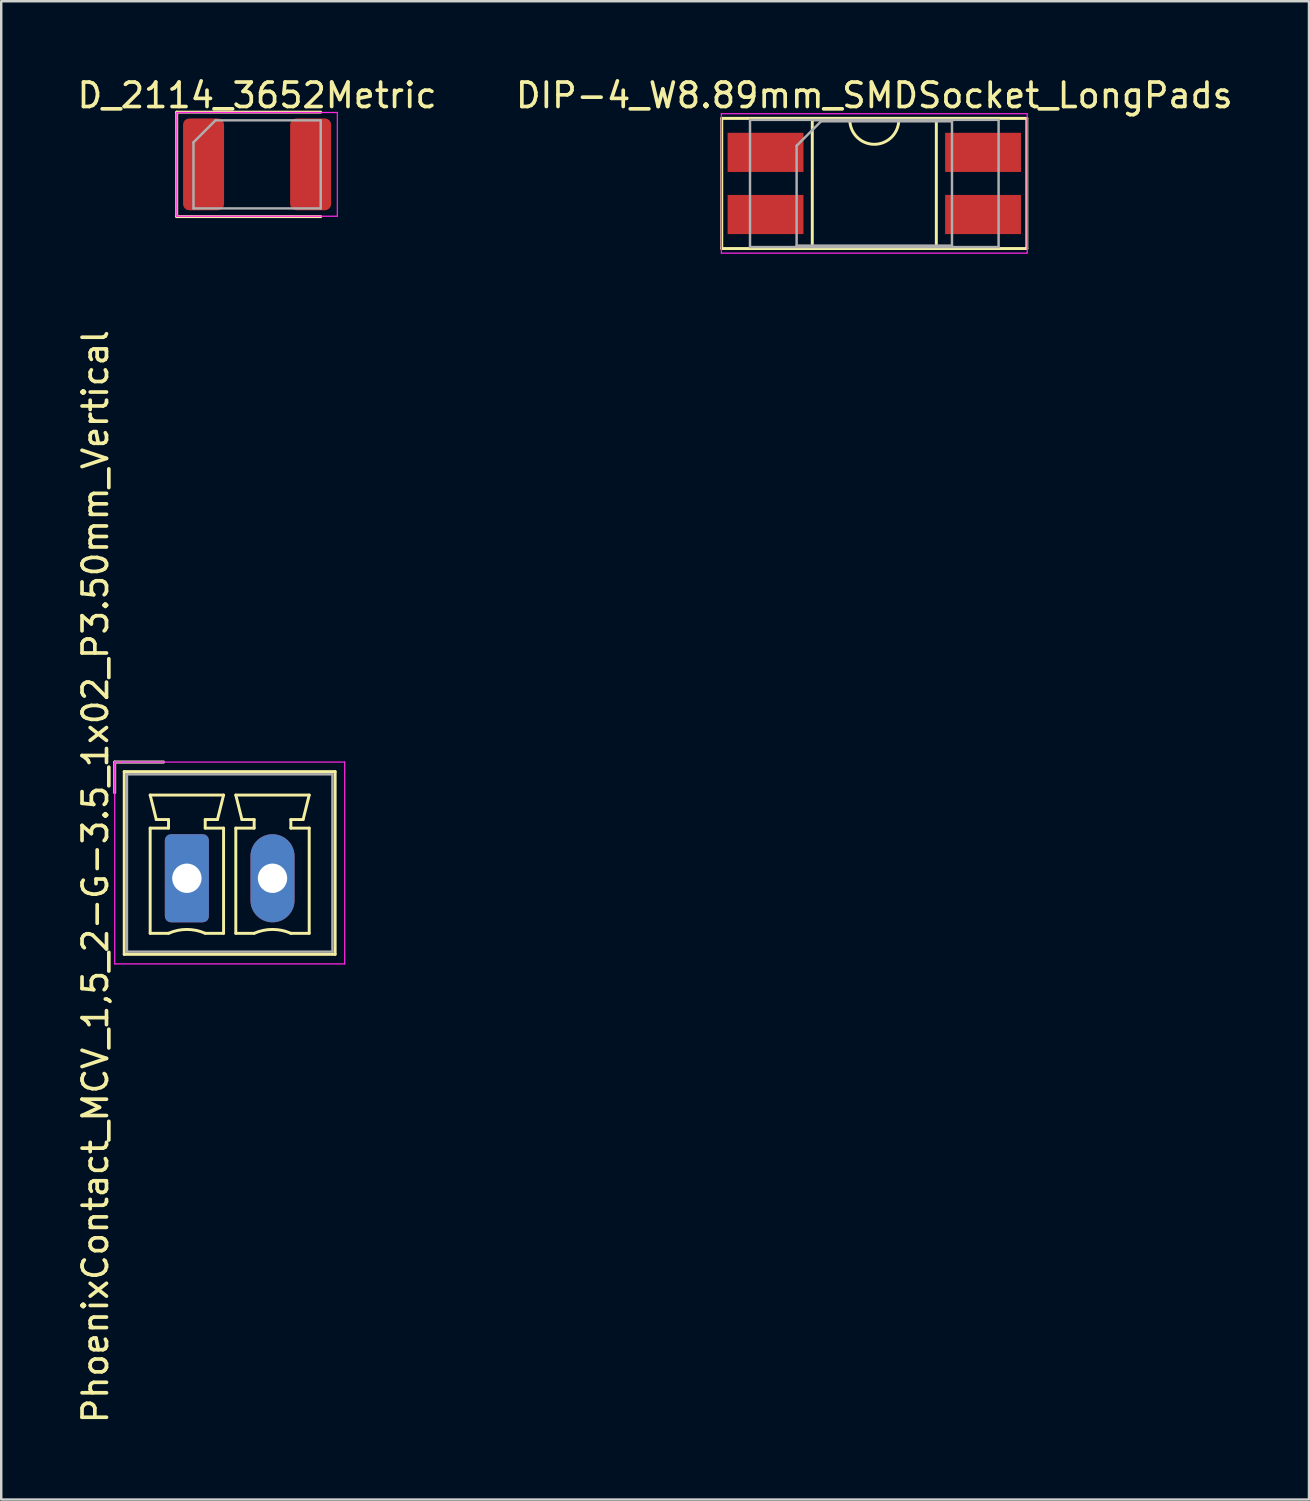
<source format=kicad_pcb>
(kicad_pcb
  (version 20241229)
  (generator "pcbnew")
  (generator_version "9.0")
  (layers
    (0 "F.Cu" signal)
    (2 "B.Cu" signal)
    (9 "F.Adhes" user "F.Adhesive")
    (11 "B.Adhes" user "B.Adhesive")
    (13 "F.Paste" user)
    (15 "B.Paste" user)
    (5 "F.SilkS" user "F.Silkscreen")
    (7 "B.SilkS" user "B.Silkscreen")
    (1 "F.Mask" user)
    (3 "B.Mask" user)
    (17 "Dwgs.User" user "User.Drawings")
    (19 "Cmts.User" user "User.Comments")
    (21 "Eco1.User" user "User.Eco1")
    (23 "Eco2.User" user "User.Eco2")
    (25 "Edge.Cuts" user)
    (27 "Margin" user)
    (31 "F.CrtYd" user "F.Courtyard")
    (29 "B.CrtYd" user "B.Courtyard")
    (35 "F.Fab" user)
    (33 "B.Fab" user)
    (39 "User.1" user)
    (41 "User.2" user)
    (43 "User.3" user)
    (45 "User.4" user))
  (footprint "D_2114_3652Metric"
    (layer "F.Cu")
    (at 7.458 3.668)
    (property "Reference" "D_2114_3652Metric" (at 0 -2.82 180) (layer "F.SilkS") (effects (font (size 1 1) (thickness 0.15))))
    (attr smd)
    (fp_line (start -3.285 -2.135) (end -3.285 2.135) (stroke (width 0.12) (type solid)) (layer "F.SilkS"))
    (fp_line (start -3.285 2.135) (end 2.6 2.135) (stroke (width 0.12) (type solid)) (layer "F.SilkS"))
    (fp_line (start 2.6 -2.135) (end -3.285 -2.135) (stroke (width 0.12) (type solid)) (layer "F.SilkS"))
    (fp_line (start -3.28 -2.12) (end 3.28 -2.12) (stroke (width 0.05) (type solid)) (layer "F.CrtYd"))
    (fp_line (start -3.28 2.12) (end -3.28 -2.12) (stroke (width 0.05) (type solid)) (layer "F.CrtYd"))
    (fp_line (start 3.28 -2.12) (end 3.28 2.12) (stroke (width 0.05) (type solid)) (layer "F.CrtYd"))
    (fp_line (start 3.28 2.12) (end -3.28 2.12) (stroke (width 0.05) (type solid)) (layer "F.CrtYd"))
    (fp_line (start -2.6 -0.9) (end -2.6 1.8) (stroke (width 0.1) (type solid)) (layer "F.Fab"))
    (fp_line (start -2.6 1.8) (end 2.6 1.8) (stroke (width 0.1) (type solid)) (layer "F.Fab"))
    (fp_line (start -1.7 -1.8) (end -2.6 -0.9) (stroke (width 0.1) (type solid)) (layer "F.Fab"))
    (fp_line (start 2.6 -1.8) (end -1.7 -1.8) (stroke (width 0.1) (type solid)) (layer "F.Fab"))
    (fp_line (start 2.6 1.8) (end 2.6 -1.8) (stroke (width 0.1) (type solid)) (layer "F.Fab"))
    (pad "1" smd roundrect (at -2.188 0) (size 1.675 3.75) (layers "F.Cu" "F.Mask" "F.Paste") (roundrect_rratio 0.149))
    (pad "2" smd roundrect (at 2.188 0) (size 1.675 3.75) (layers "F.Cu" "F.Mask" "F.Paste") (roundrect_rratio 0.149)))
  (footprint "PhoenixContact_MCV_1,5_2-G-3.5_1x02_P3.50mm_Vertical"
    (layer "F.Cu")
    (at 4.588 32.847)
    (property "Reference" "PhoenixContact_MCV_1,5_2-G-3.5_1x02_P3.50mm_Vertical" (at -3.74 -0.065 90) (layer "F.SilkS") (effects (font (size 1 1) (thickness 0.15))))
    (attr through_hole)
    (fp_line (start -2.95 -4.75) (end -0.95 -4.75) (stroke (width 0.12) (type solid)) (layer "F.SilkS"))
    (fp_line (start -2.95 -3.5) (end -2.95 -4.75) (stroke (width 0.12) (type solid)) (layer "F.SilkS"))
    (fp_line (start -2.56 -4.36) (end -2.56 3.11) (stroke (width 0.12) (type solid)) (layer "F.SilkS"))
    (fp_line (start -2.56 3.11) (end 6.06 3.11) (stroke (width 0.12) (type solid)) (layer "F.SilkS"))
    (fp_line (start -1.5 -3.4) (end 1.5 -3.4) (stroke (width 0.12) (type solid)) (layer "F.SilkS"))
    (fp_line (start -1.5 -2.05) (end -0.75 -2.05) (stroke (width 0.12) (type solid)) (layer "F.SilkS"))
    (fp_line (start -1.5 2.25) (end -1.5 -2.05) (stroke (width 0.12) (type solid)) (layer "F.SilkS"))
    (fp_line (start -1.25 -2.4) (end -1.5 -3.4) (stroke (width 0.12) (type solid)) (layer "F.SilkS"))
    (fp_line (start -0.75 -2.4) (end -1.25 -2.4) (stroke (width 0.12) (type solid)) (layer "F.SilkS"))
    (fp_line (start -0.75 -2.05) (end -0.75 -2.4) (stroke (width 0.12) (type solid)) (layer "F.SilkS"))
    (fp_line (start -0.75 2.25) (end -1.5 2.25) (stroke (width 0.12) (type solid)) (layer "F.SilkS"))
    (fp_line (start 0.75 -2.4) (end 0.75 -2.05) (stroke (width 0.12) (type solid)) (layer "F.SilkS"))
    (fp_line (start 0.75 -2.05) (end 1.5 -2.05) (stroke (width 0.12) (type solid)) (layer "F.SilkS"))
    (fp_line (start 1.25 -2.4) (end 0.75 -2.4) (stroke (width 0.12) (type solid)) (layer "F.SilkS"))
    (fp_line (start 1.5 -3.4) (end 1.25 -2.4) (stroke (width 0.12) (type solid)) (layer "F.SilkS"))
    (fp_line (start 1.5 -2.05) (end 1.5 2.25) (stroke (width 0.12) (type solid)) (layer "F.SilkS"))
    (fp_line (start 1.5 2.25) (end 0.75 2.25) (stroke (width 0.12) (type solid)) (layer "F.SilkS"))
    (fp_line (start 2 -3.4) (end 5 -3.4) (stroke (width 0.12) (type solid)) (layer "F.SilkS"))
    (fp_line (start 2 -2.05) (end 2.75 -2.05) (stroke (width 0.12) (type solid)) (layer "F.SilkS"))
    (fp_line (start 2 2.25) (end 2 -2.05) (stroke (width 0.12) (type solid)) (layer "F.SilkS"))
    (fp_line (start 2.25 -2.4) (end 2 -3.4) (stroke (width 0.12) (type solid)) (layer "F.SilkS"))
    (fp_line (start 2.75 -2.4) (end 2.25 -2.4) (stroke (width 0.12) (type solid)) (layer "F.SilkS"))
    (fp_line (start 2.75 -2.05) (end 2.75 -2.4) (stroke (width 0.12) (type solid)) (layer "F.SilkS"))
    (fp_line (start 2.75 2.25) (end 2 2.25) (stroke (width 0.12) (type solid)) (layer "F.SilkS"))
    (fp_line (start 4.25 -2.4) (end 4.25 -2.05) (stroke (width 0.12) (type solid)) (layer "F.SilkS"))
    (fp_line (start 4.25 -2.05) (end 5 -2.05) (stroke (width 0.12) (type solid)) (layer "F.SilkS"))
    (fp_line (start 4.75 -2.4) (end 4.25 -2.4) (stroke (width 0.12) (type solid)) (layer "F.SilkS"))
    (fp_line (start 5 -3.4) (end 4.75 -2.4) (stroke (width 0.12) (type solid)) (layer "F.SilkS"))
    (fp_line (start 5 -2.05) (end 5 2.25) (stroke (width 0.12) (type solid)) (layer "F.SilkS"))
    (fp_line (start 5 2.25) (end 4.25 2.25) (stroke (width 0.12) (type solid)) (layer "F.SilkS"))
    (fp_line (start 6.06 -4.36) (end -2.56 -4.36) (stroke (width 0.12) (type solid)) (layer "F.SilkS"))
    (fp_line (start 6.06 3.11) (end 6.06 -4.36) (stroke (width 0.12) (type solid)) (layer "F.SilkS"))
    (fp_arc (start -0.75 2.25) (mid -0.000193 2.09191) (end 0.749647 2.249844) (stroke (width 0.12) (type solid)) (layer "F.SilkS"))
    (fp_arc (start 2.75 2.25) (mid 3.499807 2.09191) (end 4.249647 2.249844) (stroke (width 0.12) (type solid)) (layer "F.SilkS"))
    (fp_line (start -2.95 -4.75) (end -2.95 3.5) (stroke (width 0.05) (type solid)) (layer "F.CrtYd"))
    (fp_line (start -2.95 3.5) (end 6.45 3.5) (stroke (width 0.05) (type solid)) (layer "F.CrtYd"))
    (fp_line (start 6.45 -4.75) (end -2.95 -4.75) (stroke (width 0.05) (type solid)) (layer "F.CrtYd"))
    (fp_line (start 6.45 3.5) (end 6.45 -4.75) (stroke (width 0.05) (type solid)) (layer "F.CrtYd"))
    (fp_line (start -2.95 -4.75) (end -0.95 -4.75) (stroke (width 0.1) (type solid)) (layer "F.Fab"))
    (fp_line (start -2.95 -3.5) (end -2.95 -4.75) (stroke (width 0.1) (type solid)) (layer "F.Fab"))
    (fp_line (start -2.45 -4.25) (end -2.45 3) (stroke (width 0.1) (type solid)) (layer "F.Fab"))
    (fp_line (start -2.45 3) (end 5.95 3) (stroke (width 0.1) (type solid)) (layer "F.Fab"))
    (fp_line (start 5.95 -4.25) (end -2.45 -4.25) (stroke (width 0.1) (type solid)) (layer "F.Fab"))
    (fp_line (start 5.95 3) (end 5.95 -4.25) (stroke (width 0.1) (type solid)) (layer "F.Fab"))
    (pad "1" thru_hole roundrect (at 0 0) (size 1.8 3.6) (drill 1.2) (layers "*.Cu" "*.Mask") (roundrect_rratio 0.139))
    (pad "2" thru_hole oval (at 3.5 0) (size 1.8 3.6) (drill 1.2) (layers "*.Cu" "*.Mask")))
  (footprint "DIP-4_W8.89mm_SMDSocket_LongPads"
    (layer "F.Cu")
    (at 32.685 4.448)
    (property "Reference" "DIP-4_W8.89mm_SMDSocket_LongPads" (at 0 -3.6 0) (layer "F.SilkS") (effects (font (size 1 1) (thickness 0.15))))
    (attr smd)
    (fp_line (start -6.235 -2.66) (end -6.235 2.66) (stroke (width 0.12) (type solid)) (layer "F.SilkS"))
    (fp_line (start -6.235 2.66) (end 6.235 2.66) (stroke (width 0.12) (type solid)) (layer "F.SilkS"))
    (fp_line (start -2.535 -2.6) (end -2.535 2.6) (stroke (width 0.12) (type solid)) (layer "F.SilkS"))
    (fp_line (start -2.535 2.6) (end 2.535 2.6) (stroke (width 0.12) (type solid)) (layer "F.SilkS"))
    (fp_line (start -1 -2.6) (end -2.535 -2.6) (stroke (width 0.12) (type solid)) (layer "F.SilkS"))
    (fp_line (start 2.535 -2.6) (end 1 -2.6) (stroke (width 0.12) (type solid)) (layer "F.SilkS"))
    (fp_line (start 2.535 2.6) (end 2.535 -2.6) (stroke (width 0.12) (type solid)) (layer "F.SilkS"))
    (fp_line (start 6.235 -2.66) (end -6.235 -2.66) (stroke (width 0.12) (type solid)) (layer "F.SilkS"))
    (fp_line (start 6.235 2.66) (end 6.235 -2.66) (stroke (width 0.12) (type solid)) (layer "F.SilkS"))
    (fp_arc (start 1 -2.6) (mid 0 -1.6) (end -1 -2.6) (stroke (width 0.12) (type solid)) (layer "F.SilkS"))
    (fp_line (start -6.25 -2.85) (end -6.25 2.85) (stroke (width 0.05) (type solid)) (layer "F.CrtYd"))
    (fp_line (start -6.25 2.85) (end 6.25 2.85) (stroke (width 0.05) (type solid)) (layer "F.CrtYd"))
    (fp_line (start 6.25 -2.85) (end -6.25 -2.85) (stroke (width 0.05) (type solid)) (layer "F.CrtYd"))
    (fp_line (start 6.25 2.85) (end 6.25 -2.85) (stroke (width 0.05) (type solid)) (layer "F.CrtYd"))
    (fp_line (start -5.08 -2.6) (end -5.08 2.6) (stroke (width 0.1) (type solid)) (layer "F.Fab"))
    (fp_line (start -5.08 2.6) (end 5.08 2.6) (stroke (width 0.1) (type solid)) (layer "F.Fab"))
    (fp_line (start -3.175 -1.54) (end -2.175 -2.54) (stroke (width 0.1) (type solid)) (layer "F.Fab"))
    (fp_line (start -3.175 2.54) (end -3.175 -1.54) (stroke (width 0.1) (type solid)) (layer "F.Fab"))
    (fp_line (start -2.175 -2.54) (end 3.175 -2.54) (stroke (width 0.1) (type solid)) (layer "F.Fab"))
    (fp_line (start 3.175 -2.54) (end 3.175 2.54) (stroke (width 0.1) (type solid)) (layer "F.Fab"))
    (fp_line (start 3.175 2.54) (end -3.175 2.54) (stroke (width 0.1) (type solid)) (layer "F.Fab"))
    (fp_line (start 5.08 -2.6) (end -5.08 -2.6) (stroke (width 0.1) (type solid)) (layer "F.Fab"))
    (fp_line (start 5.08 2.6) (end 5.08 -2.6) (stroke (width 0.1) (type solid)) (layer "F.Fab"))
    (pad "1" smd rect (at -4.445 -1.27) (size 3.1 1.6) (layers "F.Cu" "F.Mask" "F.Paste"))
    (pad "2" smd rect (at -4.445 1.27) (size 3.1 1.6) (layers "F.Cu" "F.Mask" "F.Paste"))
    (pad "3" smd rect (at 4.445 1.27) (size 3.1 1.6) (layers "F.Cu" "F.Mask" "F.Paste"))
    (pad "4" smd rect (at 4.445 -1.27) (size 3.1 1.6) (layers "F.Cu" "F.Mask" "F.Paste")))
  (gr_rect
    (start -3 -3)
    (end 50.452 58.24)
    (stroke (width 0.1) (type default))
    (fill no)
    (layer "Edge.Cuts")))
</source>
